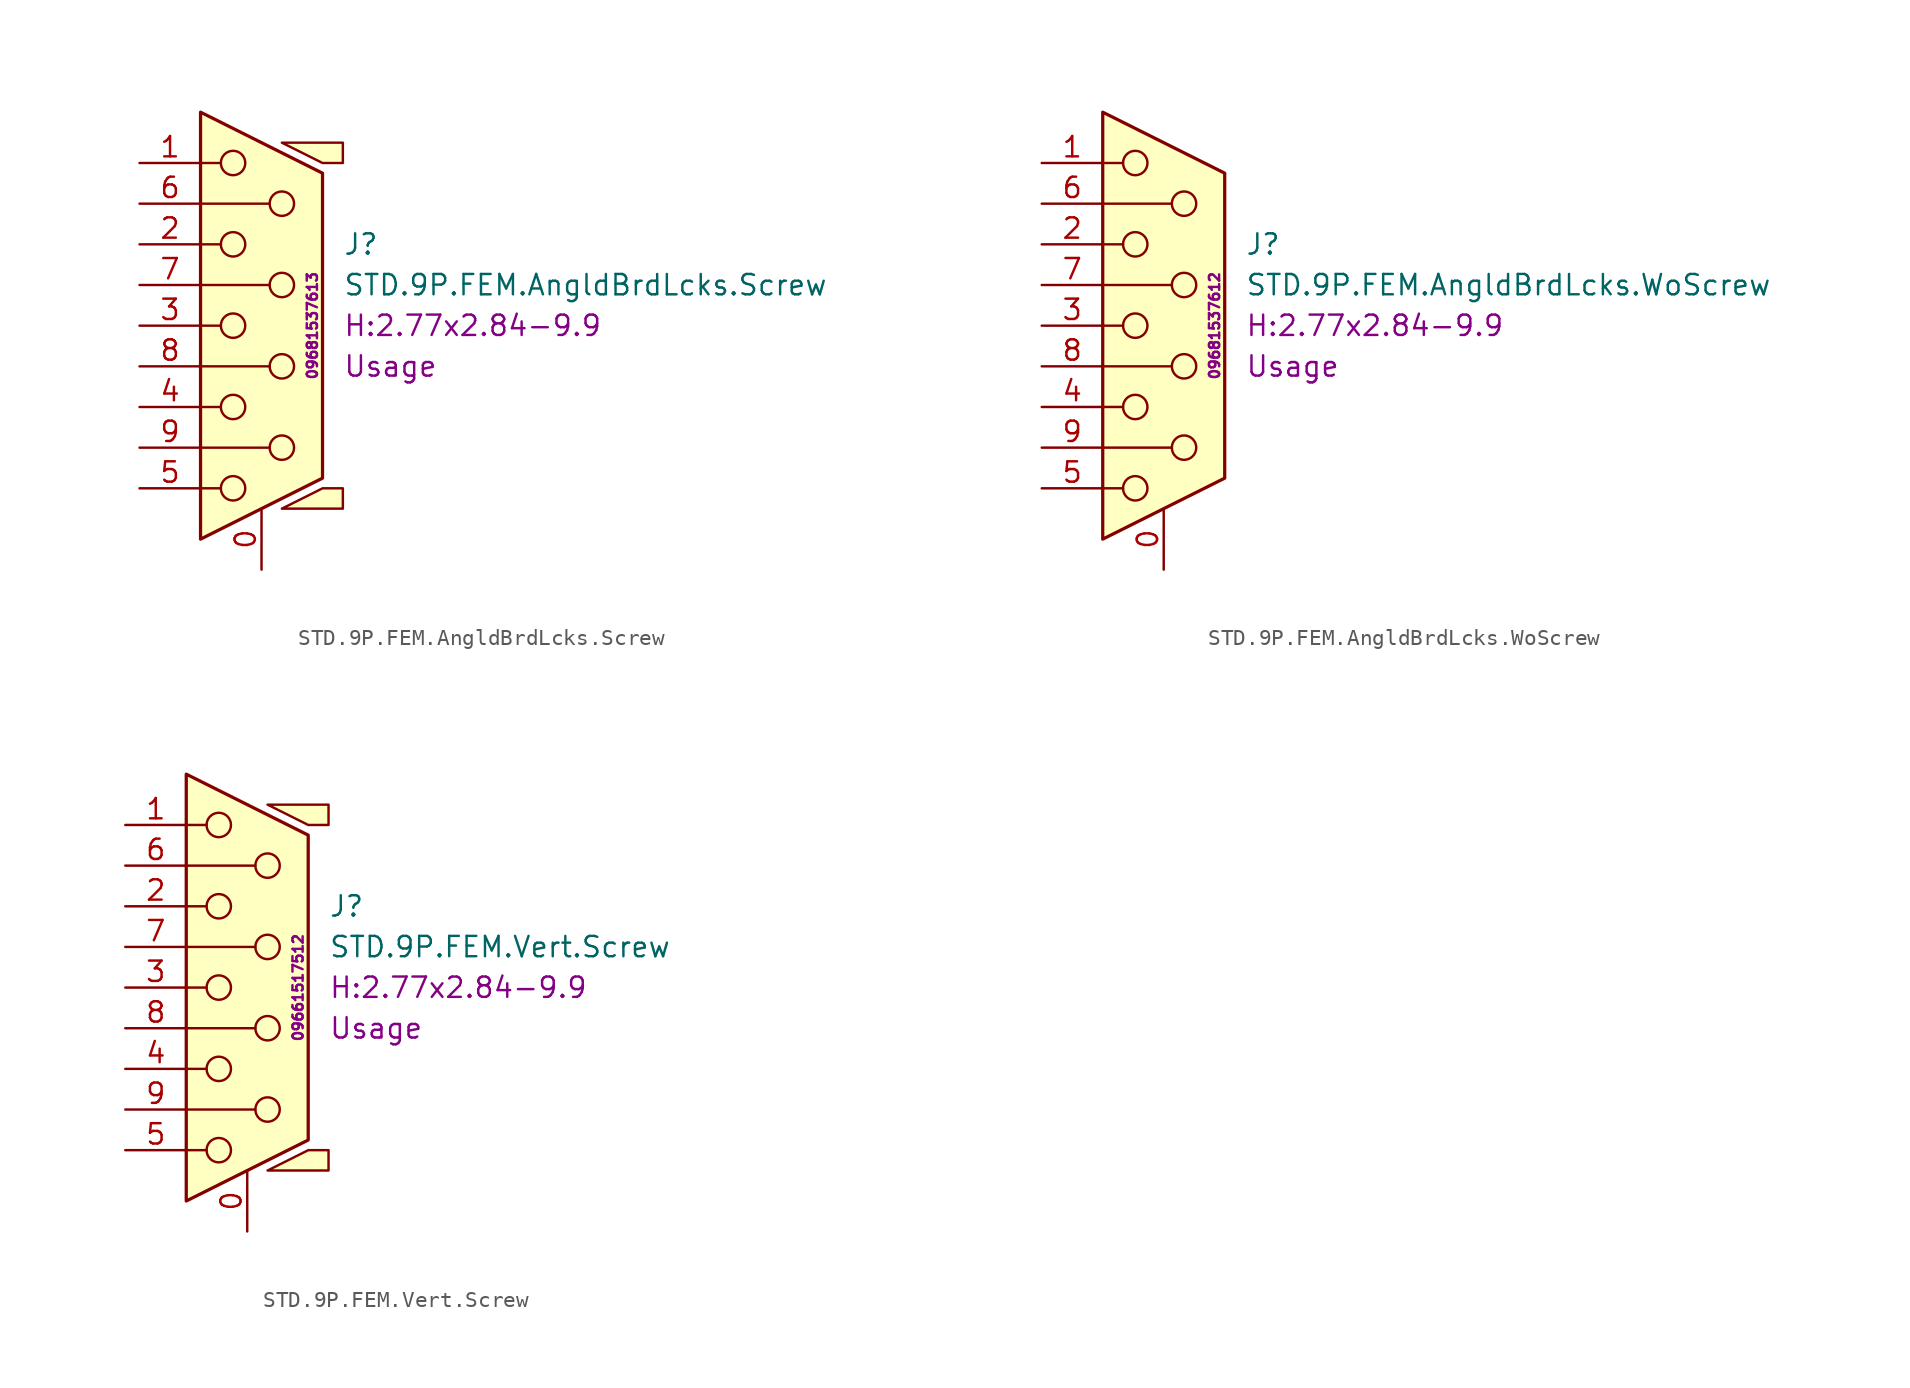
<source format=kicad_sym>
(kicad_symbol_lib
  (version 20211014)
  (generator kicad_symbol_editor)
  (symbol "STD.9P.FEM.AngldBrdLcks.Screw"
    (pin_names
      (offset 1.016) hide)
    (property "Reference" "J"
      (at 5.08 5.08 0)
      (effects (font (size 1.27 1.27)) (justify left)))
    (property "Value" "STD.9P.FEM.AngldBrdLcks.Screw"
      (at 5.08 2.54 0)
      (effects (font (size 1.27 1.27)) (justify left)))
    (property "Package" "H:2.77x2.84-9.9"
      (at 5.08 0 0)
      (effects (font (size 1.27 1.27)) (justify left)))
    (property "Usage" "Usage"
      (at 5.08 -2.54 0)
      (effects (font (size 1.27 1.27)) (justify left)))
    (property "MPN" "09681537613"
      (at 3.175 0 90)
      (effects (font (size 0.635 0.635))))
    (symbol "STD.9P.FEM.AngldBrdLcks.Screw_0_1"
      (circle (center -1.778 -10.16) (radius 0.762) (stroke (width 0) (type default) (color 0 0 0 0)) (fill (type none)))
      (circle (center -1.778 -5.08) (radius 0.762) (stroke (width 0) (type default) (color 0 0 0 0)) (fill (type none)))
      (circle (center -1.778 0) (radius 0.762) (stroke (width 0) (type default) (color 0 0 0 0)) (fill (type none)))
      (circle (center -1.778 5.08) (radius 0.762) (stroke (width 0) (type default) (color 0 0 0 0)) (fill (type none)))
      (circle (center -1.778 10.16) (radius 0.762) (stroke (width 0) (type default) (color 0 0 0 0)) (fill (type none)))
      (polyline (pts (xy -3.81 -10.16) (xy -2.54 -10.16)) (stroke (width 0) (type default) (color 0 0 0 0)) (fill (type none)))
      (polyline (pts (xy -3.81 -7.62) (xy 0.508 -7.62)) (stroke (width 0) (type default) (color 0 0 0 0)) (fill (type none)))
      (polyline (pts (xy -3.81 -5.08) (xy -2.54 -5.08)) (stroke (width 0) (type default) (color 0 0 0 0)) (fill (type none)))
      (polyline (pts (xy -3.81 -2.54) (xy 0.508 -2.54)) (stroke (width 0) (type default) (color 0 0 0 0)) (fill (type none)))
      (polyline (pts (xy -3.81 0) (xy -2.54 0)) (stroke (width 0) (type default) (color 0 0 0 0)) (fill (type none)))
      (polyline (pts (xy -3.81 2.54) (xy 0.508 2.54)) (stroke (width 0) (type default) (color 0 0 0 0)) (fill (type none)))
      (polyline (pts (xy -3.81 5.08) (xy -2.54 5.08)) (stroke (width 0) (type default) (color 0 0 0 0)) (fill (type none)))
      (polyline (pts (xy -3.81 7.62) (xy 0.508 7.62)) (stroke (width 0) (type default) (color 0 0 0 0)) (fill (type none)))
      (polyline (pts (xy -3.81 10.16) (xy -2.54 10.16)) (stroke (width 0) (type default) (color 0 0 0 0)) (fill (type none)))
      (polyline (pts (xy -3.81 13.335) (xy -3.81 -13.335) (xy 3.81 -9.525) (xy 3.81 9.525) (xy -3.81 13.335)) (stroke (width 0.203) (type default) (color 0 0 0 0)) (fill (type background)))
      (polyline (pts (xy 1.27 -11.43) (xy 3.81 -10.16) (xy 5.08 -10.16) (xy 5.08 -11.43) (xy 1.27 -11.43)) (stroke (width 0) (type default) (color 0 0 0 0)) (fill (type background)))
      (polyline (pts (xy 1.27 11.43) (xy 3.81 10.16) (xy 5.08 10.16) (xy 5.08 11.43) (xy 1.27 11.43)) (stroke (width 0) (type default) (color 0 0 0 0)) (fill (type background)))
      (circle (center 1.27 -7.62) (radius 0.762) (stroke (width 0) (type default) (color 0 0 0 0)) (fill (type none)))
      (circle (center 1.27 -2.54) (radius 0.762) (stroke (width 0) (type default) (color 0 0 0 0)) (fill (type none)))
      (circle (center 1.27 2.54) (radius 0.762) (stroke (width 0) (type default) (color 0 0 0 0)) (fill (type none)))
      (circle (center 1.27 7.62) (radius 0.762) (stroke (width 0) (type default) (color 0 0 0 0)) (fill (type none))))
    (symbol "STD.9P.FEM.AngldBrdLcks.Screw_1_1"
      (pin passive line (at 0 -15.24 90) (length 3.81) (name "PAD" (effects (font (size 1.27 1.27)))) (number "0" (effects (font (size 1.27 1.27)))))
      (pin passive line (at -7.62 10.16 0) (length 3.81) (name "1" (effects (font (size 1.27 1.27)))) (number "1" (effects (font (size 1.27 1.27)))))
      (pin passive line (at -7.62 5.08 0) (length 3.81) (name "2" (effects (font (size 1.27 1.27)))) (number "2" (effects (font (size 1.27 1.27)))))
      (pin passive line (at -7.62 0 0) (length 3.81) (name "3" (effects (font (size 1.27 1.27)))) (number "3" (effects (font (size 1.27 1.27)))))
      (pin passive line (at -7.62 -5.08 0) (length 3.81) (name "4" (effects (font (size 1.27 1.27)))) (number "4" (effects (font (size 1.27 1.27)))))
      (pin passive line (at -7.62 -10.16 0) (length 3.81) (name "5" (effects (font (size 1.27 1.27)))) (number "5" (effects (font (size 1.27 1.27)))))
      (pin passive line (at -7.62 7.62 0) (length 3.81) (name "6" (effects (font (size 1.27 1.27)))) (number "6" (effects (font (size 1.27 1.27)))))
      (pin passive line (at -7.62 2.54 0) (length 3.81) (name "7" (effects (font (size 1.27 1.27)))) (number "7" (effects (font (size 1.27 1.27)))))
      (pin passive line (at -7.62 -2.54 0) (length 3.81) (name "8" (effects (font (size 1.27 1.27)))) (number "8" (effects (font (size 1.27 1.27)))))
      (pin passive line (at -7.62 -7.62 0) (length 3.81) (name "9" (effects (font (size 1.27 1.27)))) (number "9" (effects (font (size 1.27 1.27)))))))
  (symbol "STD.9P.FEM.AngldBrdLcks.WoScrew"
    (pin_names
      (offset 1.016) hide)
    (property "Reference" "J"
      (at 5.08 5.08 0)
      (effects (font (size 1.27 1.27)) (justify left)))
    (property "Value" "STD.9P.FEM.AngldBrdLcks.WoScrew"
      (at 5.08 2.54 0)
      (effects (font (size 1.27 1.27)) (justify left)))
    (property "Package" "H:2.77x2.84-9.9"
      (at 5.08 0 0)
      (effects (font (size 1.27 1.27)) (justify left)))
    (property "Usage" "Usage"
      (at 5.08 -2.54 0)
      (effects (font (size 1.27 1.27)) (justify left)))
    (property "MPN" "09681537612"
      (at 3.175 0 90)
      (effects (font (size 0.635 0.635))))
    (symbol "STD.9P.FEM.AngldBrdLcks.WoScrew_0_1"
      (circle (center -1.778 -10.16) (radius 0.762) (stroke (width 0) (type default) (color 0 0 0 0)) (fill (type none)))
      (circle (center -1.778 -5.08) (radius 0.762) (stroke (width 0) (type default) (color 0 0 0 0)) (fill (type none)))
      (circle (center -1.778 0) (radius 0.762) (stroke (width 0) (type default) (color 0 0 0 0)) (fill (type none)))
      (circle (center -1.778 5.08) (radius 0.762) (stroke (width 0) (type default) (color 0 0 0 0)) (fill (type none)))
      (circle (center -1.778 10.16) (radius 0.762) (stroke (width 0) (type default) (color 0 0 0 0)) (fill (type none)))
      (polyline (pts (xy -3.81 -10.16) (xy -2.54 -10.16)) (stroke (width 0) (type default) (color 0 0 0 0)) (fill (type none)))
      (polyline (pts (xy -3.81 -7.62) (xy 0.508 -7.62)) (stroke (width 0) (type default) (color 0 0 0 0)) (fill (type none)))
      (polyline (pts (xy -3.81 -5.08) (xy -2.54 -5.08)) (stroke (width 0) (type default) (color 0 0 0 0)) (fill (type none)))
      (polyline (pts (xy -3.81 -2.54) (xy 0.508 -2.54)) (stroke (width 0) (type default) (color 0 0 0 0)) (fill (type none)))
      (polyline (pts (xy -3.81 0) (xy -2.54 0)) (stroke (width 0) (type default) (color 0 0 0 0)) (fill (type none)))
      (polyline (pts (xy -3.81 2.54) (xy 0.508 2.54)) (stroke (width 0) (type default) (color 0 0 0 0)) (fill (type none)))
      (polyline (pts (xy -3.81 5.08) (xy -2.54 5.08)) (stroke (width 0) (type default) (color 0 0 0 0)) (fill (type none)))
      (polyline (pts (xy -3.81 7.62) (xy 0.508 7.62)) (stroke (width 0) (type default) (color 0 0 0 0)) (fill (type none)))
      (polyline (pts (xy -3.81 10.16) (xy -2.54 10.16)) (stroke (width 0) (type default) (color 0 0 0 0)) (fill (type none)))
      (polyline (pts (xy -3.81 13.335) (xy -3.81 -13.335) (xy 3.81 -9.525) (xy 3.81 9.525) (xy -3.81 13.335)) (stroke (width 0.203) (type default) (color 0 0 0 0)) (fill (type background)))
      (circle (center 1.27 -7.62) (radius 0.762) (stroke (width 0) (type default) (color 0 0 0 0)) (fill (type none)))
      (circle (center 1.27 -2.54) (radius 0.762) (stroke (width 0) (type default) (color 0 0 0 0)) (fill (type none)))
      (circle (center 1.27 2.54) (radius 0.762) (stroke (width 0) (type default) (color 0 0 0 0)) (fill (type none)))
      (circle (center 1.27 7.62) (radius 0.762) (stroke (width 0) (type default) (color 0 0 0 0)) (fill (type none))))
    (symbol "STD.9P.FEM.AngldBrdLcks.WoScrew_1_1"
      (pin passive line (at 0 -15.24 90) (length 3.81) (name "PAD" (effects (font (size 1.27 1.27)))) (number "0" (effects (font (size 1.27 1.27)))))
      (pin passive line (at -7.62 10.16 0) (length 3.81) (name "1" (effects (font (size 1.27 1.27)))) (number "1" (effects (font (size 1.27 1.27)))))
      (pin passive line (at -7.62 5.08 0) (length 3.81) (name "2" (effects (font (size 1.27 1.27)))) (number "2" (effects (font (size 1.27 1.27)))))
      (pin passive line (at -7.62 0 0) (length 3.81) (name "3" (effects (font (size 1.27 1.27)))) (number "3" (effects (font (size 1.27 1.27)))))
      (pin passive line (at -7.62 -5.08 0) (length 3.81) (name "4" (effects (font (size 1.27 1.27)))) (number "4" (effects (font (size 1.27 1.27)))))
      (pin passive line (at -7.62 -10.16 0) (length 3.81) (name "5" (effects (font (size 1.27 1.27)))) (number "5" (effects (font (size 1.27 1.27)))))
      (pin passive line (at -7.62 7.62 0) (length 3.81) (name "6" (effects (font (size 1.27 1.27)))) (number "6" (effects (font (size 1.27 1.27)))))
      (pin passive line (at -7.62 2.54 0) (length 3.81) (name "7" (effects (font (size 1.27 1.27)))) (number "7" (effects (font (size 1.27 1.27)))))
      (pin passive line (at -7.62 -2.54 0) (length 3.81) (name "8" (effects (font (size 1.27 1.27)))) (number "8" (effects (font (size 1.27 1.27)))))
      (pin passive line (at -7.62 -7.62 0) (length 3.81) (name "9" (effects (font (size 1.27 1.27)))) (number "9" (effects (font (size 1.27 1.27)))))))
  (symbol "STD.9P.FEM.Vert.Screw"
    (pin_names
      (offset 1.016) hide)
    (property "Reference" "J"
      (at 5.08 5.08 0)
      (effects (font (size 1.27 1.27)) (justify left)))
    (property "Value" "STD.9P.FEM.Vert.Screw"
      (at 5.08 2.54 0)
      (effects (font (size 1.27 1.27)) (justify left)))
    (property "Package" "H:2.77x2.84-9.9"
      (at 5.08 0 0)
      (effects (font (size 1.27 1.27)) (justify left)))
    (property "Usage" "Usage"
      (at 5.08 -2.54 0)
      (effects (font (size 1.27 1.27)) (justify left)))
    (property "MPN" "09661517512"
      (at 3.175 0 90)
      (effects (font (size 0.635 0.635))))
    (symbol "STD.9P.FEM.Vert.Screw_0_1"
      (circle (center -1.778 -10.16) (radius 0.762) (stroke (width 0) (type default) (color 0 0 0 0)) (fill (type none)))
      (circle (center -1.778 -5.08) (radius 0.762) (stroke (width 0) (type default) (color 0 0 0 0)) (fill (type none)))
      (circle (center -1.778 0) (radius 0.762) (stroke (width 0) (type default) (color 0 0 0 0)) (fill (type none)))
      (circle (center -1.778 5.08) (radius 0.762) (stroke (width 0) (type default) (color 0 0 0 0)) (fill (type none)))
      (circle (center -1.778 10.16) (radius 0.762) (stroke (width 0) (type default) (color 0 0 0 0)) (fill (type none)))
      (polyline (pts (xy -3.81 -10.16) (xy -2.54 -10.16)) (stroke (width 0) (type default) (color 0 0 0 0)) (fill (type none)))
      (polyline (pts (xy -3.81 -7.62) (xy 0.508 -7.62)) (stroke (width 0) (type default) (color 0 0 0 0)) (fill (type none)))
      (polyline (pts (xy -3.81 -5.08) (xy -2.54 -5.08)) (stroke (width 0) (type default) (color 0 0 0 0)) (fill (type none)))
      (polyline (pts (xy -3.81 -2.54) (xy 0.508 -2.54)) (stroke (width 0) (type default) (color 0 0 0 0)) (fill (type none)))
      (polyline (pts (xy -3.81 0) (xy -2.54 0)) (stroke (width 0) (type default) (color 0 0 0 0)) (fill (type none)))
      (polyline (pts (xy -3.81 2.54) (xy 0.508 2.54)) (stroke (width 0) (type default) (color 0 0 0 0)) (fill (type none)))
      (polyline (pts (xy -3.81 5.08) (xy -2.54 5.08)) (stroke (width 0) (type default) (color 0 0 0 0)) (fill (type none)))
      (polyline (pts (xy -3.81 7.62) (xy 0.508 7.62)) (stroke (width 0) (type default) (color 0 0 0 0)) (fill (type none)))
      (polyline (pts (xy -3.81 10.16) (xy -2.54 10.16)) (stroke (width 0) (type default) (color 0 0 0 0)) (fill (type none)))
      (polyline (pts (xy -3.81 13.335) (xy -3.81 -13.335) (xy 3.81 -9.525) (xy 3.81 9.525) (xy -3.81 13.335)) (stroke (width 0.203) (type default) (color 0 0 0 0)) (fill (type background)))
      (polyline (pts (xy 1.27 -11.43) (xy 3.81 -10.16) (xy 5.08 -10.16) (xy 5.08 -11.43) (xy 1.27 -11.43)) (stroke (width 0) (type default) (color 0 0 0 0)) (fill (type background)))
      (polyline (pts (xy 1.27 11.43) (xy 3.81 10.16) (xy 5.08 10.16) (xy 5.08 11.43) (xy 1.27 11.43)) (stroke (width 0) (type default) (color 0 0 0 0)) (fill (type background)))
      (circle (center 1.27 -7.62) (radius 0.762) (stroke (width 0) (type default) (color 0 0 0 0)) (fill (type none)))
      (circle (center 1.27 -2.54) (radius 0.762) (stroke (width 0) (type default) (color 0 0 0 0)) (fill (type none)))
      (circle (center 1.27 2.54) (radius 0.762) (stroke (width 0) (type default) (color 0 0 0 0)) (fill (type none)))
      (circle (center 1.27 7.62) (radius 0.762) (stroke (width 0) (type default) (color 0 0 0 0)) (fill (type none))))
    (symbol "STD.9P.FEM.Vert.Screw_1_1"
      (pin passive line (at 0 -15.24 90) (length 3.81) (name "PAD" (effects (font (size 1.27 1.27)))) (number "0" (effects (font (size 1.27 1.27)))))
      (pin passive line (at -7.62 10.16 0) (length 3.81) (name "1" (effects (font (size 1.27 1.27)))) (number "1" (effects (font (size 1.27 1.27)))))
      (pin passive line (at -7.62 5.08 0) (length 3.81) (name "2" (effects (font (size 1.27 1.27)))) (number "2" (effects (font (size 1.27 1.27)))))
      (pin passive line (at -7.62 0 0) (length 3.81) (name "3" (effects (font (size 1.27 1.27)))) (number "3" (effects (font (size 1.27 1.27)))))
      (pin passive line (at -7.62 -5.08 0) (length 3.81) (name "4" (effects (font (size 1.27 1.27)))) (number "4" (effects (font (size 1.27 1.27)))))
      (pin passive line (at -7.62 -10.16 0) (length 3.81) (name "5" (effects (font (size 1.27 1.27)))) (number "5" (effects (font (size 1.27 1.27)))))
      (pin passive line (at -7.62 7.62 0) (length 3.81) (name "6" (effects (font (size 1.27 1.27)))) (number "6" (effects (font (size 1.27 1.27)))))
      (pin passive line (at -7.62 2.54 0) (length 3.81) (name "7" (effects (font (size 1.27 1.27)))) (number "7" (effects (font (size 1.27 1.27)))))
      (pin passive line (at -7.62 -2.54 0) (length 3.81) (name "8" (effects (font (size 1.27 1.27)))) (number "8" (effects (font (size 1.27 1.27)))))
      (pin passive line (at -7.62 -7.62 0) (length 3.81) (name "9" (effects (font (size 1.27 1.27)))) (number "9" (effects (font (size 1.27 1.27))))))))
</source>
